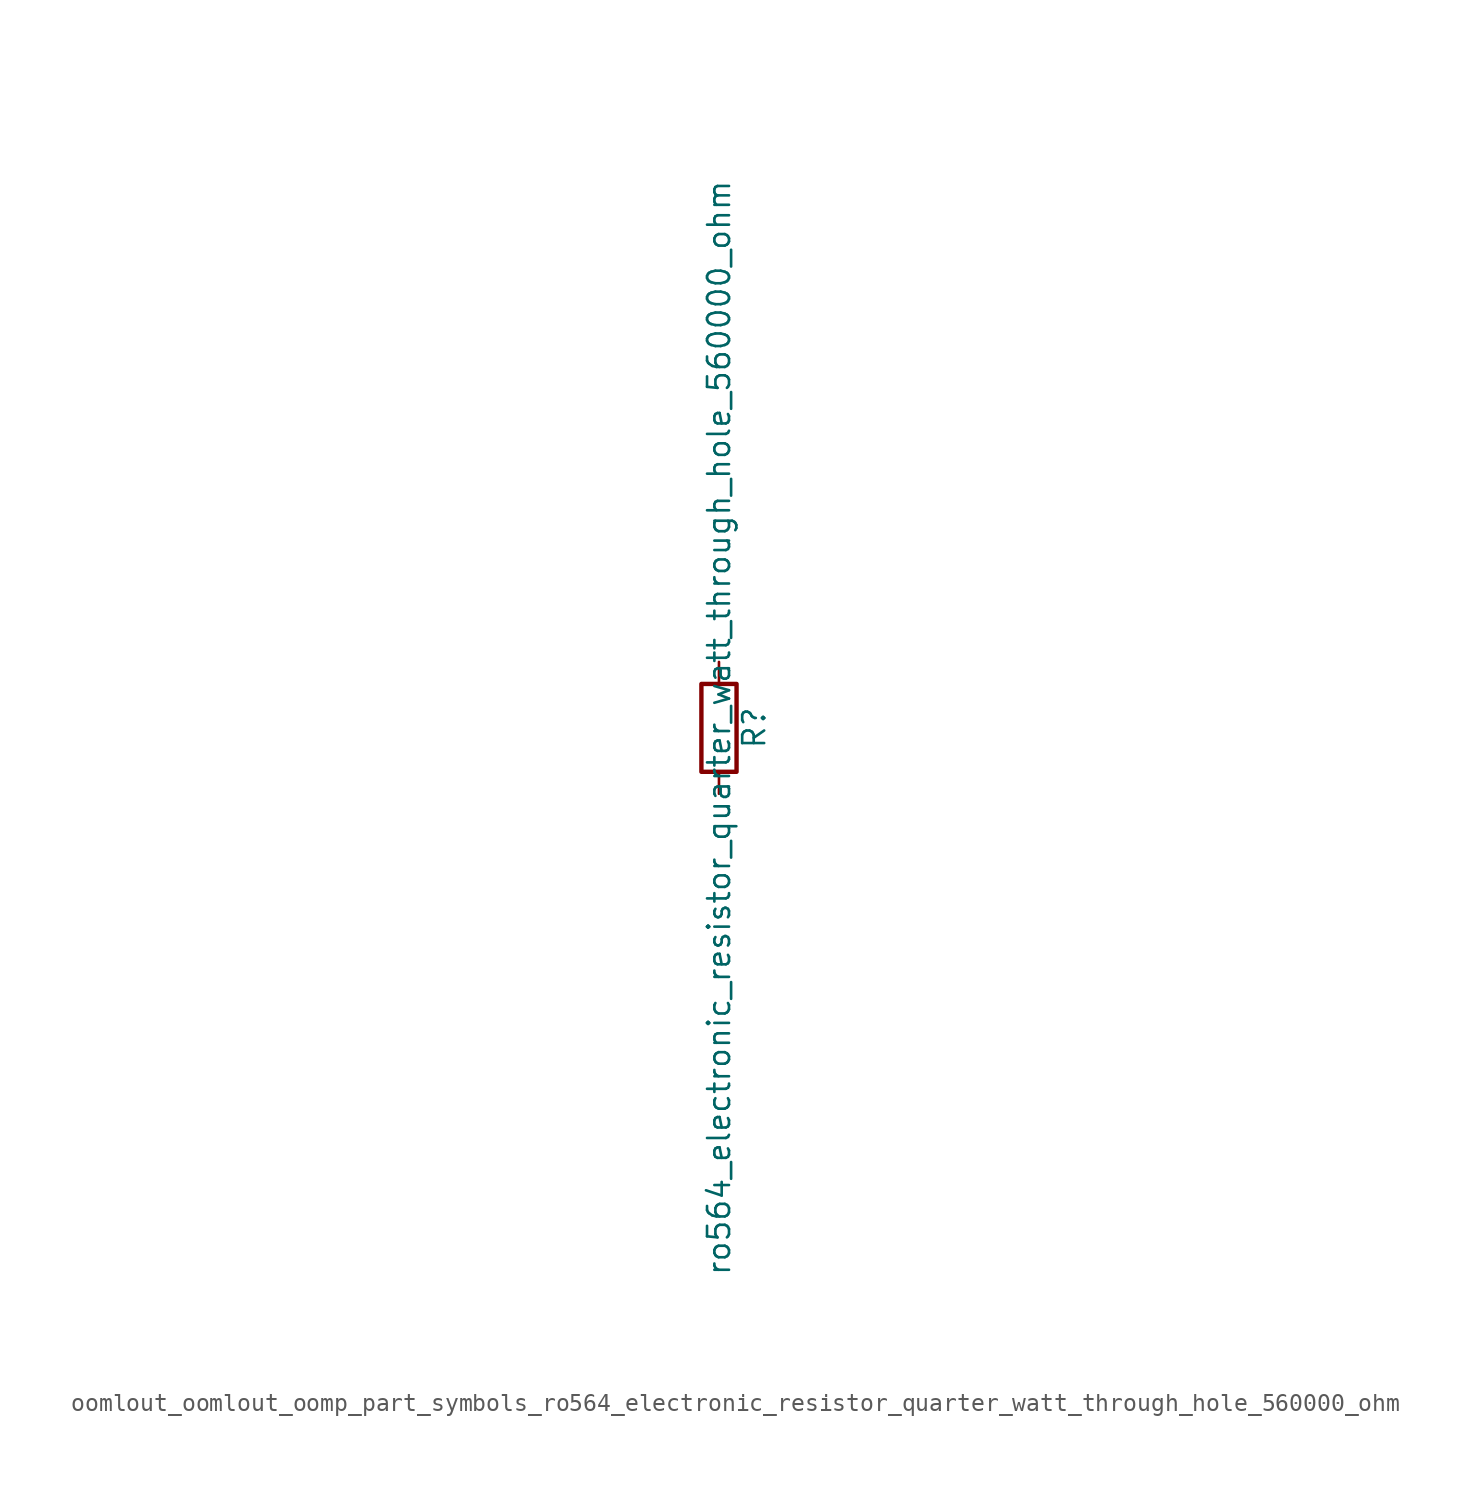
<source format=kicad_sym>
(kicad_symbol_lib
  (version 20220914)
  (generator kicad_symbol_editor)
  (symbol "oomlout_oomlout_oomp_part_symbols_ro564_electronic_resistor_quarter_watt_through_hole_560000_ohm"
    (pin_numbers hide)
    (pin_names
      (offset 0))
    (property "Reference" "R"
      (at 2.032 0 90)
      (effects (font (size 1.27 1.27))))
    (property "Value" "ro564_electronic_resistor_quarter_watt_through_hole_560000_ohm"
      (at 0 0 90)
      (effects (font (size 1.27 1.27))))
    (symbol "oomlout_oomlout_oomp_part_symbols_ro564_electronic_resistor_quarter_watt_through_hole_560000_ohm_0_1"
      (rectangle (start -1.016 -2.54) (end 1.016 2.54) (stroke (width 0.254) (type default)) (fill (type none))))
    (symbol "oomlout_oomlout_oomp_part_symbols_ro564_electronic_resistor_quarter_watt_through_hole_560000_ohm_1_1"
      (pin passive line (at 0 3.81 270) (length 1.27) (name "~" (effects (font (size 1.27 1.27)))) (number "1" (effects (font (size 1.27 1.27)))))
      (pin passive line (at 0 -3.81 90) (length 1.27) (name "~" (effects (font (size 1.27 1.27)))) (number "2" (effects (font (size 1.27 1.27))))))))
</source>
